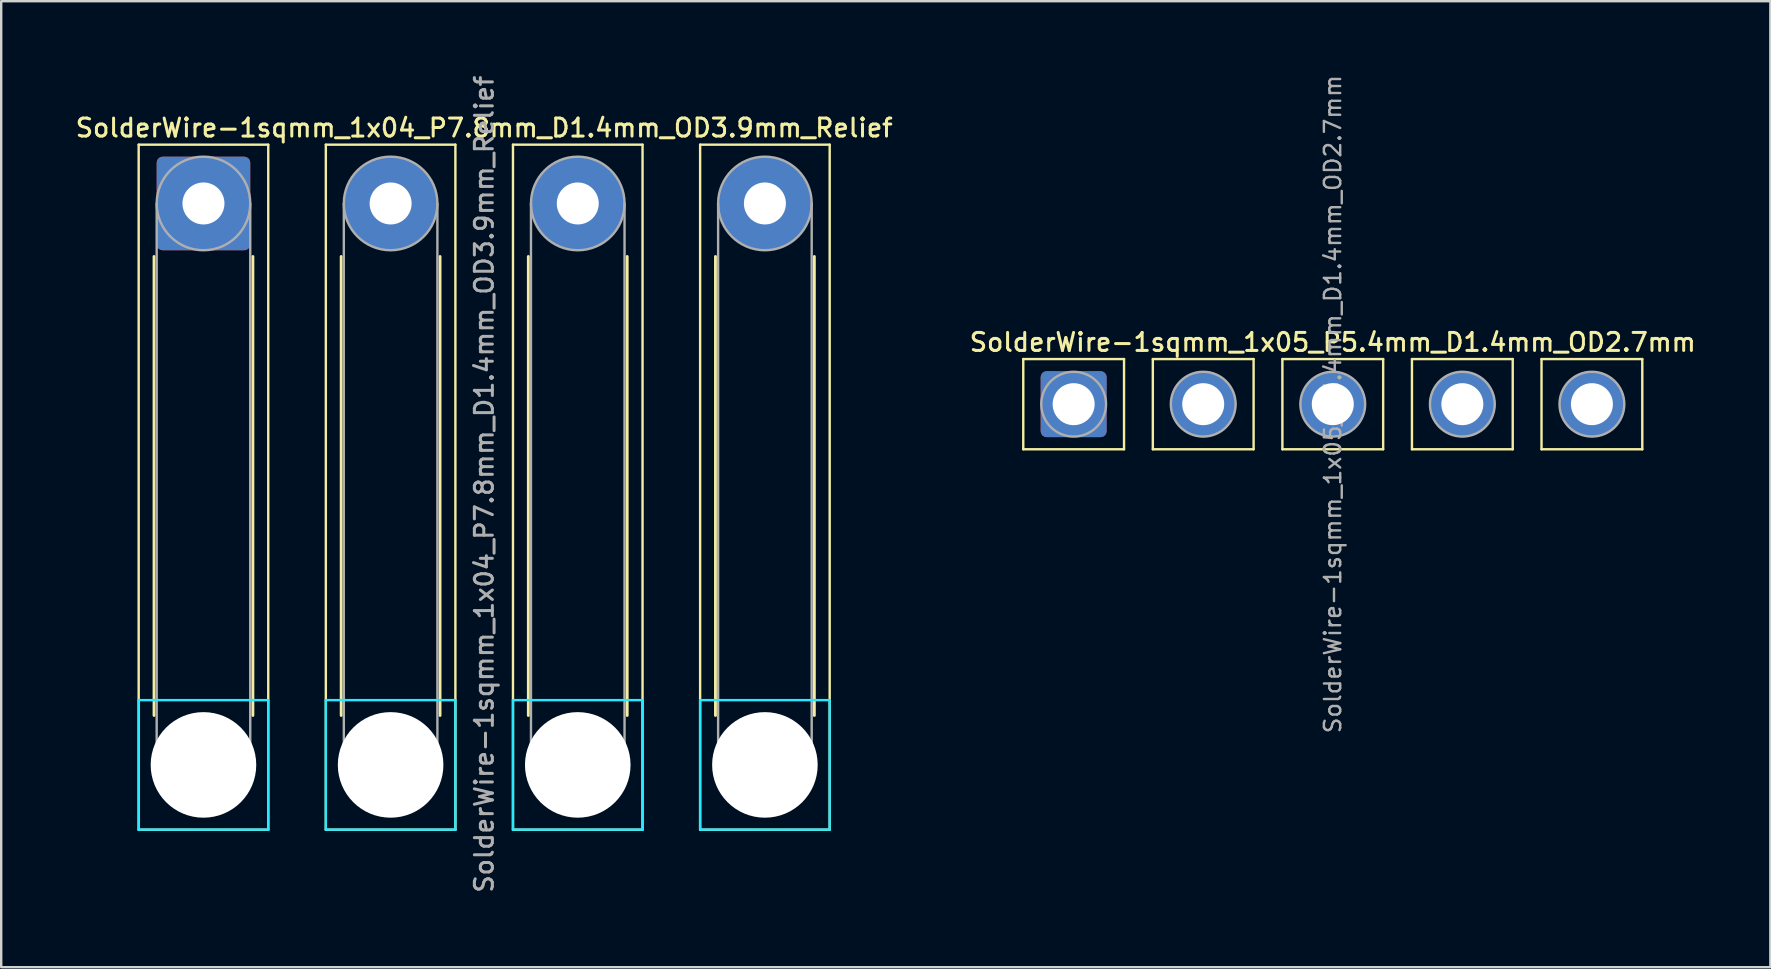
<source format=kicad_pcb>
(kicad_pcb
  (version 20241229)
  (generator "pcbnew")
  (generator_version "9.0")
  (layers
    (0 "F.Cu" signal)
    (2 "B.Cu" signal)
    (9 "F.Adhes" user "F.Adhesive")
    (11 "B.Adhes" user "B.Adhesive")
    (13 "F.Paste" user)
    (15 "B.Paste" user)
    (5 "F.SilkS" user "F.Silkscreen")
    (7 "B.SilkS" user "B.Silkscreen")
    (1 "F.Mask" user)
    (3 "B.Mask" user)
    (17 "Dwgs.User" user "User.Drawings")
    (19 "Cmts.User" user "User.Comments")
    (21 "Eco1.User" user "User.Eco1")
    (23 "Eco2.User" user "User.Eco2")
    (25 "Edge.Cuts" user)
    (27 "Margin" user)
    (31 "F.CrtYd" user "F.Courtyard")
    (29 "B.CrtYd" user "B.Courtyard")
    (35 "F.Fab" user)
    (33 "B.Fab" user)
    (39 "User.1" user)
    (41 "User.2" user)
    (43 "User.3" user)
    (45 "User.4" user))
  (footprint "SolderWire-1sqmm_1x05_P5.4mm_D1.4mm_OD2.7mm"
    (layer "F.Cu")
    (at 41.698 13.795)
    (property "Reference" "SolderWire-1sqmm_1x05_P5.4mm_D1.4mm_OD2.7mm" (at 10.8 -2.58 0) (layer "F.SilkS") (effects (font (size 0.75 0.75) (thickness 0.125))))
    (attr exclude_from_pos_files exclude_from_bom)
    (fp_line (start -2.1 -1.88) (end -2.1 1.88) (stroke (width 0.1) (type solid)) (layer "F.SilkS"))
    (fp_line (start -2.1 1.88) (end 2.1 1.88) (stroke (width 0.1) (type solid)) (layer "F.SilkS"))
    (fp_line (start 2.1 -1.88) (end -2.1 -1.88) (stroke (width 0.1) (type solid)) (layer "F.SilkS"))
    (fp_line (start 2.1 1.88) (end 2.1 -1.88) (stroke (width 0.1) (type solid)) (layer "F.SilkS"))
    (fp_line (start 3.3 -1.88) (end 3.3 1.88) (stroke (width 0.1) (type solid)) (layer "F.SilkS"))
    (fp_line (start 3.3 1.88) (end 7.5 1.88) (stroke (width 0.1) (type solid)) (layer "F.SilkS"))
    (fp_line (start 7.5 -1.88) (end 3.3 -1.88) (stroke (width 0.1) (type solid)) (layer "F.SilkS"))
    (fp_line (start 7.5 1.88) (end 7.5 -1.88) (stroke (width 0.1) (type solid)) (layer "F.SilkS"))
    (fp_line (start 8.7 -1.88) (end 8.7 1.88) (stroke (width 0.1) (type solid)) (layer "F.SilkS"))
    (fp_line (start 8.7 1.88) (end 12.9 1.88) (stroke (width 0.1) (type solid)) (layer "F.SilkS"))
    (fp_line (start 12.9 -1.88) (end 8.7 -1.88) (stroke (width 0.1) (type solid)) (layer "F.SilkS"))
    (fp_line (start 12.9 1.88) (end 12.9 -1.88) (stroke (width 0.1) (type solid)) (layer "F.SilkS"))
    (fp_line (start 14.1 -1.88) (end 14.1 1.88) (stroke (width 0.1) (type solid)) (layer "F.SilkS"))
    (fp_line (start 14.1 1.88) (end 18.3 1.88) (stroke (width 0.1) (type solid)) (layer "F.SilkS"))
    (fp_line (start 18.3 -1.88) (end 14.1 -1.88) (stroke (width 0.1) (type solid)) (layer "F.SilkS"))
    (fp_line (start 18.3 1.88) (end 18.3 -1.88) (stroke (width 0.1) (type solid)) (layer "F.SilkS"))
    (fp_line (start 19.5 -1.88) (end 19.5 1.88) (stroke (width 0.1) (type solid)) (layer "F.SilkS"))
    (fp_line (start 19.5 1.88) (end 23.7 1.88) (stroke (width 0.1) (type solid)) (layer "F.SilkS"))
    (fp_line (start 23.7 -1.88) (end 19.5 -1.88) (stroke (width 0.1) (type solid)) (layer "F.SilkS"))
    (fp_line (start 23.7 1.88) (end 23.7 -1.88) (stroke (width 0.1) (type solid)) (layer "F.SilkS"))
    (fp_circle (center 0 0) (end 1.35 0) (stroke (width 0.1) (type solid)) (fill no) (layer "F.Fab"))
    (fp_circle (center 5.4 0) (end 6.75 0) (stroke (width 0.1) (type solid)) (fill no) (layer "F.Fab"))
    (fp_circle (center 10.8 0) (end 12.15 0) (stroke (width 0.1) (type solid)) (fill no) (layer "F.Fab"))
    (fp_circle (center 16.2 0) (end 17.55 0) (stroke (width 0.1) (type solid)) (fill no) (layer "F.Fab"))
    (fp_circle (center 21.6 0) (end 22.95 0) (stroke (width 0.1) (type solid)) (fill no) (layer "F.Fab"))
    (fp_text user "${REFERENCE}" (at 10.8 0 90) (layer "F.Fab") (effects (font (size 0.68 0.68) (thickness 0.1))))
    (pad "1" thru_hole roundrect (at 0 0) (size 2.75 2.75) (drill 1.75) (layers "*.Cu" "*.Mask") (roundrect_rratio 0.091))
    (pad "2" thru_hole circle (at 5.4 0) (size 2.75 2.75) (drill 1.75) (layers "*.Cu" "*.Mask"))
    (pad "3" thru_hole circle (at 10.8 0) (size 2.75 2.75) (drill 1.75) (layers "*.Cu" "*.Mask"))
    (pad "4" thru_hole circle (at 16.2 0) (size 2.75 2.75) (drill 1.75) (layers "*.Cu" "*.Mask"))
    (pad "5" thru_hole circle (at 21.6 0) (size 2.75 2.75) (drill 1.75) (layers "*.Cu" "*.Mask")))
  (footprint "SolderWire-1sqmm_1x04_P7.8mm_D1.4mm_OD3.9mm_Relief"
    (layer "F.Cu")
    (at 5.43 5.43)
    (property "Reference" "SolderWire-1sqmm_1x04_P7.8mm_D1.4mm_OD3.9mm_Relief" (at 11.7 -3.15 0) (layer "F.SilkS") (effects (font (size 0.75 0.75) (thickness 0.125))))
    (attr exclude_from_pos_files exclude_from_bom)
    (fp_line (start -2.7 -2.45) (end -2.7 26.1) (stroke (width 0.1) (type solid)) (layer "F.SilkS"))
    (fp_line (start -2.7 26.1) (end 2.7 26.1) (stroke (width 0.1) (type solid)) (layer "F.SilkS"))
    (fp_line (start -2.06 2.21) (end -2.06 21.34) (stroke (width 0.12) (type solid)) (layer "F.SilkS"))
    (fp_line (start 2.06 2.21) (end 2.06 21.34) (stroke (width 0.12) (type solid)) (layer "F.SilkS"))
    (fp_line (start 2.7 -2.45) (end -2.7 -2.45) (stroke (width 0.1) (type solid)) (layer "F.SilkS"))
    (fp_line (start 2.7 26.1) (end 2.7 -2.45) (stroke (width 0.1) (type solid)) (layer "F.SilkS"))
    (fp_line (start 5.1 -2.45) (end 5.1 26.1) (stroke (width 0.1) (type solid)) (layer "F.SilkS"))
    (fp_line (start 5.1 26.1) (end 10.5 26.1) (stroke (width 0.1) (type solid)) (layer "F.SilkS"))
    (fp_line (start 5.74 2.21) (end 5.74 21.34) (stroke (width 0.12) (type solid)) (layer "F.SilkS"))
    (fp_line (start 9.86 2.21) (end 9.86 21.34) (stroke (width 0.12) (type solid)) (layer "F.SilkS"))
    (fp_line (start 10.5 -2.45) (end 5.1 -2.45) (stroke (width 0.1) (type solid)) (layer "F.SilkS"))
    (fp_line (start 10.5 26.1) (end 10.5 -2.45) (stroke (width 0.1) (type solid)) (layer "F.SilkS"))
    (fp_line (start 12.9 -2.45) (end 12.9 26.1) (stroke (width 0.1) (type solid)) (layer "F.SilkS"))
    (fp_line (start 12.9 26.1) (end 18.3 26.1) (stroke (width 0.1) (type solid)) (layer "F.SilkS"))
    (fp_line (start 13.54 2.21) (end 13.54 21.34) (stroke (width 0.12) (type solid)) (layer "F.SilkS"))
    (fp_line (start 17.66 2.21) (end 17.66 21.34) (stroke (width 0.12) (type solid)) (layer "F.SilkS"))
    (fp_line (start 18.3 -2.45) (end 12.9 -2.45) (stroke (width 0.1) (type solid)) (layer "F.SilkS"))
    (fp_line (start 18.3 26.1) (end 18.3 -2.45) (stroke (width 0.1) (type solid)) (layer "F.SilkS"))
    (fp_line (start 20.7 -2.45) (end 20.7 26.1) (stroke (width 0.1) (type solid)) (layer "F.SilkS"))
    (fp_line (start 20.7 26.1) (end 26.1 26.1) (stroke (width 0.1) (type solid)) (layer "F.SilkS"))
    (fp_line (start 21.34 2.21) (end 21.34 21.34) (stroke (width 0.12) (type solid)) (layer "F.SilkS"))
    (fp_line (start 25.46 2.21) (end 25.46 21.34) (stroke (width 0.12) (type solid)) (layer "F.SilkS"))
    (fp_line (start 26.1 -2.45) (end 20.7 -2.45) (stroke (width 0.1) (type solid)) (layer "F.SilkS"))
    (fp_line (start 26.1 26.1) (end 26.1 -2.45) (stroke (width 0.1) (type solid)) (layer "F.SilkS"))
    (fp_line (start -2.7 20.7) (end -2.7 26.1) (stroke (width 0.1) (type solid)) (layer "B.CrtYd"))
    (fp_line (start -2.7 26.1) (end 2.7 26.1) (stroke (width 0.1) (type solid)) (layer "B.CrtYd"))
    (fp_line (start 2.7 20.7) (end -2.7 20.7) (stroke (width 0.1) (type solid)) (layer "B.CrtYd"))
    (fp_line (start 2.7 26.1) (end 2.7 20.7) (stroke (width 0.1) (type solid)) (layer "B.CrtYd"))
    (fp_line (start 5.1 20.7) (end 5.1 26.1) (stroke (width 0.1) (type solid)) (layer "B.CrtYd"))
    (fp_line (start 5.1 26.1) (end 10.5 26.1) (stroke (width 0.1) (type solid)) (layer "B.CrtYd"))
    (fp_line (start 10.5 20.7) (end 5.1 20.7) (stroke (width 0.1) (type solid)) (layer "B.CrtYd"))
    (fp_line (start 10.5 26.1) (end 10.5 20.7) (stroke (width 0.1) (type solid)) (layer "B.CrtYd"))
    (fp_line (start 12.9 20.7) (end 12.9 26.1) (stroke (width 0.1) (type solid)) (layer "B.CrtYd"))
    (fp_line (start 12.9 26.1) (end 18.3 26.1) (stroke (width 0.1) (type solid)) (layer "B.CrtYd"))
    (fp_line (start 18.3 20.7) (end 12.9 20.7) (stroke (width 0.1) (type solid)) (layer "B.CrtYd"))
    (fp_line (start 18.3 26.1) (end 18.3 20.7) (stroke (width 0.1) (type solid)) (layer "B.CrtYd"))
    (fp_line (start 20.7 20.7) (end 20.7 26.1) (stroke (width 0.1) (type solid)) (layer "B.CrtYd"))
    (fp_line (start 20.7 26.1) (end 26.1 26.1) (stroke (width 0.1) (type solid)) (layer "B.CrtYd"))
    (fp_line (start 26.1 20.7) (end 20.7 20.7) (stroke (width 0.1) (type solid)) (layer "B.CrtYd"))
    (fp_line (start 26.1 26.1) (end 26.1 20.7) (stroke (width 0.1) (type solid)) (layer "B.CrtYd"))
    (fp_line (start -1.95 0) (end -1.95 23.4) (stroke (width 0.1) (type solid)) (layer "F.Fab"))
    (fp_line (start 1.95 0) (end 1.95 23.4) (stroke (width 0.1) (type solid)) (layer "F.Fab"))
    (fp_line (start 5.85 0) (end 5.85 23.4) (stroke (width 0.1) (type solid)) (layer "F.Fab"))
    (fp_line (start 9.75 0) (end 9.75 23.4) (stroke (width 0.1) (type solid)) (layer "F.Fab"))
    (fp_line (start 13.65 0) (end 13.65 23.4) (stroke (width 0.1) (type solid)) (layer "F.Fab"))
    (fp_line (start 17.55 0) (end 17.55 23.4) (stroke (width 0.1) (type solid)) (layer "F.Fab"))
    (fp_line (start 21.45 0) (end 21.45 23.4) (stroke (width 0.1) (type solid)) (layer "F.Fab"))
    (fp_line (start 25.35 0) (end 25.35 23.4) (stroke (width 0.1) (type solid)) (layer "F.Fab"))
    (fp_circle (center 0 0) (end 1.95 0) (stroke (width 0.1) (type solid)) (fill no) (layer "F.Fab"))
    (fp_circle (center 0 23.4) (end 1.95 23.4) (stroke (width 0.1) (type solid)) (fill no) (layer "F.Fab"))
    (fp_circle (center 7.8 0) (end 9.75 0) (stroke (width 0.1) (type solid)) (fill no) (layer "F.Fab"))
    (fp_circle (center 7.8 23.4) (end 9.75 23.4) (stroke (width 0.1) (type solid)) (fill no) (layer "F.Fab"))
    (fp_circle (center 15.6 0) (end 17.55 0) (stroke (width 0.1) (type solid)) (fill no) (layer "F.Fab"))
    (fp_circle (center 15.6 23.4) (end 17.55 23.4) (stroke (width 0.1) (type solid)) (fill no) (layer "F.Fab"))
    (fp_circle (center 23.4 0) (end 25.35 0) (stroke (width 0.1) (type solid)) (fill no) (layer "F.Fab"))
    (fp_circle (center 23.4 23.4) (end 25.35 23.4) (stroke (width 0.1) (type solid)) (fill no) (layer "F.Fab"))
    (fp_text user "${REFERENCE}" (at 11.7 11.7 90) (layer "F.Fab") (effects (font (size 0.75 0.75) (thickness 0.125))))
    (pad "" np_thru_hole circle (at 0 23.4) (size 4.4 4.4) (drill 4.4) (layers "*.Cu" "*.Mask"))
    (pad "" np_thru_hole circle (at 7.8 23.4) (size 4.4 4.4) (drill 4.4) (layers "*.Cu" "*.Mask"))
    (pad "" np_thru_hole circle (at 15.6 23.4) (size 4.4 4.4) (drill 4.4) (layers "*.Cu" "*.Mask"))
    (pad "" np_thru_hole circle (at 23.4 23.4) (size 4.4 4.4) (drill 4.4) (layers "*.Cu" "*.Mask"))
    (pad "1" thru_hole roundrect (at 0 0) (size 3.9 3.9) (drill 1.75) (layers "*.Cu" "*.Mask") (roundrect_rratio 0.064))
    (pad "2" thru_hole circle (at 7.8 0) (size 3.9 3.9) (drill 1.75) (layers "*.Cu" "*.Mask"))
    (pad "3" thru_hole circle (at 15.6 0) (size 3.9 3.9) (drill 1.75) (layers "*.Cu" "*.Mask"))
    (pad "4" thru_hole circle (at 23.4 0) (size 3.9 3.9) (drill 1.75) (layers "*.Cu" "*.Mask")))
  (gr_rect
    (start -3 -3)
    (end 70.736 37.261)
    (stroke (width 0.1) (type default))
    (fill no)
    (layer "Edge.Cuts")))
</source>
